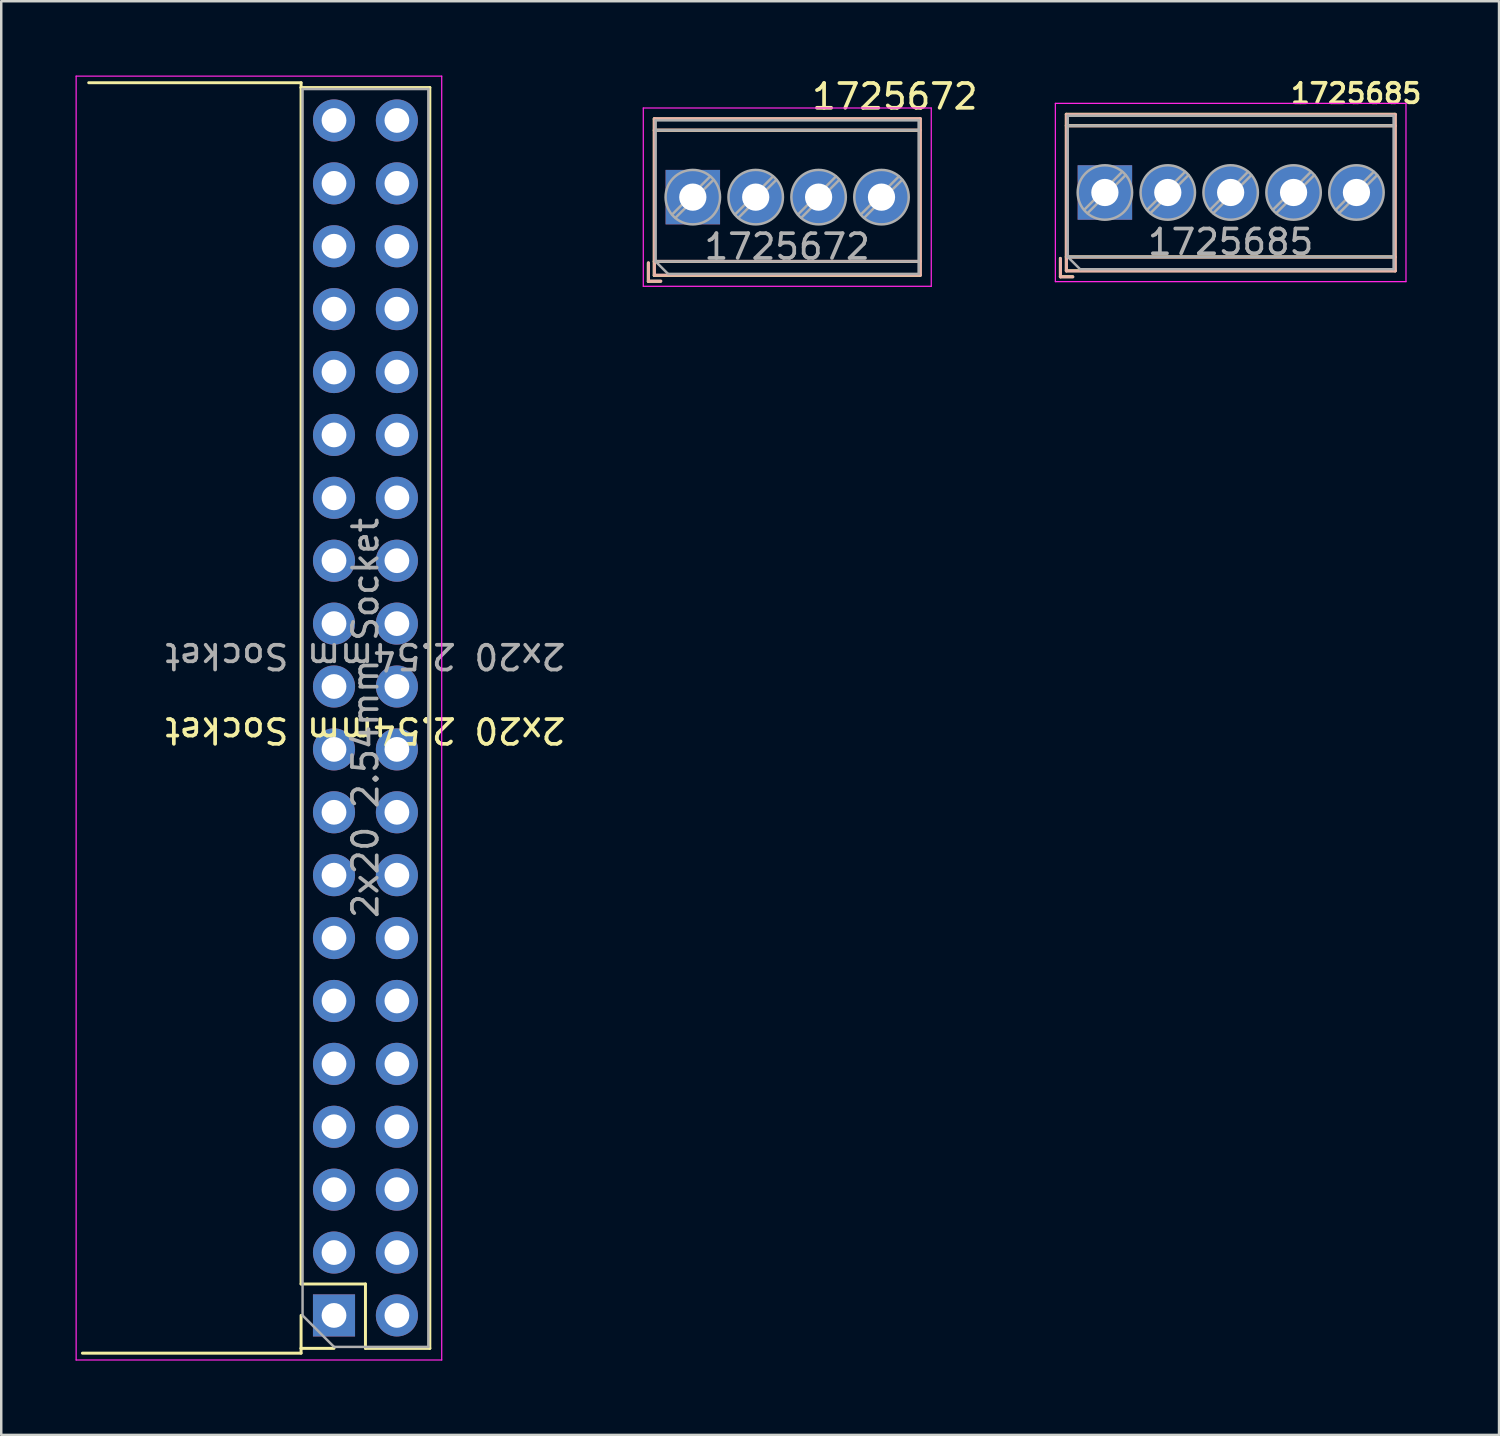
<source format=kicad_pcb>
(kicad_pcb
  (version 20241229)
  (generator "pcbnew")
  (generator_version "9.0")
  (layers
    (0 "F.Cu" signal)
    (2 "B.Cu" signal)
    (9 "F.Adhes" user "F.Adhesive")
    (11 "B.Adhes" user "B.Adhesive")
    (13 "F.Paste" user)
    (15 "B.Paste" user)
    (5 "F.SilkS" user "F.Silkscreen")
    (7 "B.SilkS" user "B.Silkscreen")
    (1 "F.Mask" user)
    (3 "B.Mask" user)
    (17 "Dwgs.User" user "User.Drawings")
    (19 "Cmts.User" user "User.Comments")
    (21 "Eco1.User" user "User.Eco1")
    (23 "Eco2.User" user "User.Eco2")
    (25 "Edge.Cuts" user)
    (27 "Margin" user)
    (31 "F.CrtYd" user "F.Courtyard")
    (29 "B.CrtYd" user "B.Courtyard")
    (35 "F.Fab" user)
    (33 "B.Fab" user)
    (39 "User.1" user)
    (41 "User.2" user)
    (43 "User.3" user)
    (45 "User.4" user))
  (footprint "2x20 2.54mm Socket"
    (layer "F.Cu")
    (at 11.709 25.945)
    (property "Reference" "2x20 2.54mm Socket" (at 0 0.5 180) (unlocked yes) (layer "F.SilkS") (effects (font (size 1 1) (thickness 0.15))))
    (fp_line (start -11.43 25.654) (end -2.6 25.654) (stroke (width 0.12) (type solid)) (layer "F.SilkS"))
    (fp_line (start -11.176 -25.654) (end -2.6 -25.654) (stroke (width 0.12) (type solid)) (layer "F.SilkS"))
    (fp_line (start -2.6 -25.654) (end -2.6 -25.46) (stroke (width 0.12) (type solid)) (layer "F.SilkS"))
    (fp_line (start -2.6 -25.46) (end 2.6 -25.46) (stroke (width 0.12) (type solid)) (layer "F.SilkS"))
    (fp_line (start -2.6 22.86) (end -2.6 -25.46) (stroke (width 0.12) (type solid)) (layer "F.SilkS"))
    (fp_line (start -2.6 22.86) (end 0 22.86) (stroke (width 0.12) (type solid)) (layer "F.SilkS"))
    (fp_line (start -2.6 24.13) (end -2.6 25.46) (stroke (width 0.12) (type solid)) (layer "F.SilkS"))
    (fp_line (start -2.6 25.46) (end -1.27 25.46) (stroke (width 0.12) (type solid)) (layer "F.SilkS"))
    (fp_line (start -2.6 25.654) (end -2.6 25.46) (stroke (width 0.12) (type solid)) (layer "F.SilkS"))
    (fp_line (start 0 22.86) (end 0 25.46) (stroke (width 0.12) (type solid)) (layer "F.SilkS"))
    (fp_line (start 0 25.46) (end 2.6 25.46) (stroke (width 0.12) (type solid)) (layer "F.SilkS"))
    (fp_line (start 2.6 25.46) (end 2.6 -25.46) (stroke (width 0.12) (type solid)) (layer "F.SilkS"))
    (fp_line (start -11.684 -25.92) (end 3.08 -25.92) (stroke (width 0.05) (type solid)) (layer "F.CrtYd"))
    (fp_line (start -11.684 25.93) (end -11.684 -25.92) (stroke (width 0.05) (type solid)) (layer "F.CrtYd"))
    (fp_line (start 3.08 -25.92) (end 3.08 25.93) (stroke (width 0.05) (type solid)) (layer "F.CrtYd"))
    (fp_line (start 3.08 25.93) (end -11.684 25.93) (stroke (width 0.05) (type solid)) (layer "F.CrtYd"))
    (fp_line (start -2.54 -25.4) (end -2.54 24.13) (stroke (width 0.1) (type solid)) (layer "F.Fab"))
    (fp_line (start -2.54 24.13) (end -1.27 25.4) (stroke (width 0.1) (type solid)) (layer "F.Fab"))
    (fp_line (start -1.27 25.4) (end 2.54 25.4) (stroke (width 0.1) (type solid)) (layer "F.Fab"))
    (fp_line (start 2.54 -25.4) (end -2.54 -25.4) (stroke (width 0.1) (type solid)) (layer "F.Fab"))
    (fp_line (start 2.54 25.4) (end 2.54 -25.4) (stroke (width 0.1) (type solid)) (layer "F.Fab"))
    (fp_text user "${REFERENCE}" (at 0 -2.5 180) (unlocked yes) (layer "F.Fab") (effects (font (size 1 1) (thickness 0.15))))
    (fp_text user "${REFERENCE}" (at 0 0 270) (layer "F.Fab") (effects (font (size 1 1) (thickness 0.15))))
    (pad "1" thru_hole rect (at -1.27 24.13 180) (size 1.7 1.7) (drill 1) (layers "*.Cu" "*.Mask"))
    (pad "2" thru_hole oval (at 1.27 24.13 180) (size 1.7 1.7) (drill 1) (layers "*.Cu" "*.Mask"))
    (pad "3" thru_hole oval (at -1.27 21.59 180) (size 1.7 1.7) (drill 1) (layers "*.Cu" "*.Mask"))
    (pad "4" thru_hole oval (at 1.27 21.59 180) (size 1.7 1.7) (drill 1) (layers "*.Cu" "*.Mask"))
    (pad "5" thru_hole oval (at -1.27 19.05 180) (size 1.7 1.7) (drill 1) (layers "*.Cu" "*.Mask"))
    (pad "6" thru_hole oval (at 1.27 19.05 180) (size 1.7 1.7) (drill 1) (layers "*.Cu" "*.Mask"))
    (pad "7" thru_hole oval (at -1.27 16.51 180) (size 1.7 1.7) (drill 1) (layers "*.Cu" "*.Mask"))
    (pad "8" thru_hole oval (at 1.27 16.51 180) (size 1.7 1.7) (drill 1) (layers "*.Cu" "*.Mask"))
    (pad "9" thru_hole oval (at -1.27 13.97 180) (size 1.7 1.7) (drill 1) (layers "*.Cu" "*.Mask"))
    (pad "10" thru_hole oval (at 1.27 13.97 180) (size 1.7 1.7) (drill 1) (layers "*.Cu" "*.Mask"))
    (pad "11" thru_hole oval (at -1.27 11.43 180) (size 1.7 1.7) (drill 1) (layers "*.Cu" "*.Mask"))
    (pad "12" thru_hole oval (at 1.27 11.43 180) (size 1.7 1.7) (drill 1) (layers "*.Cu" "*.Mask"))
    (pad "13" thru_hole oval (at -1.27 8.89 180) (size 1.7 1.7) (drill 1) (layers "*.Cu" "*.Mask"))
    (pad "14" thru_hole oval (at 1.27 8.89 180) (size 1.7 1.7) (drill 1) (layers "*.Cu" "*.Mask"))
    (pad "15" thru_hole oval (at -1.27 6.35 180) (size 1.7 1.7) (drill 1) (layers "*.Cu" "*.Mask"))
    (pad "16" thru_hole oval (at 1.27 6.35 180) (size 1.7 1.7) (drill 1) (layers "*.Cu" "*.Mask"))
    (pad "17" thru_hole oval (at -1.27 3.81 180) (size 1.7 1.7) (drill 1) (layers "*.Cu" "*.Mask"))
    (pad "18" thru_hole oval (at 1.27 3.81 180) (size 1.7 1.7) (drill 1) (layers "*.Cu" "*.Mask"))
    (pad "19" thru_hole oval (at -1.27 1.27 180) (size 1.7 1.7) (drill 1) (layers "*.Cu" "*.Mask"))
    (pad "20" thru_hole oval (at 1.27 1.27 180) (size 1.7 1.7) (drill 1) (layers "*.Cu" "*.Mask"))
    (pad "21" thru_hole oval (at -1.27 -1.27 180) (size 1.7 1.7) (drill 1) (layers "*.Cu" "*.Mask"))
    (pad "22" thru_hole oval (at 1.27 -1.27 180) (size 1.7 1.7) (drill 1) (layers "*.Cu" "*.Mask"))
    (pad "23" thru_hole oval (at -1.27 -3.81 180) (size 1.7 1.7) (drill 1) (layers "*.Cu" "*.Mask"))
    (pad "24" thru_hole oval (at 1.27 -3.81 180) (size 1.7 1.7) (drill 1) (layers "*.Cu" "*.Mask"))
    (pad "25" thru_hole oval (at -1.27 -6.35 180) (size 1.7 1.7) (drill 1) (layers "*.Cu" "*.Mask"))
    (pad "26" thru_hole oval (at 1.27 -6.35 180) (size 1.7 1.7) (drill 1) (layers "*.Cu" "*.Mask"))
    (pad "27" thru_hole oval (at -1.27 -8.89 180) (size 1.7 1.7) (drill 1) (layers "*.Cu" "*.Mask"))
    (pad "28" thru_hole oval (at 1.27 -8.89 180) (size 1.7 1.7) (drill 1) (layers "*.Cu" "*.Mask"))
    (pad "29" thru_hole oval (at -1.27 -11.43 180) (size 1.7 1.7) (drill 1) (layers "*.Cu" "*.Mask"))
    (pad "30" thru_hole oval (at 1.27 -11.43 180) (size 1.7 1.7) (drill 1) (layers "*.Cu" "*.Mask"))
    (pad "31" thru_hole oval (at -1.27 -13.97 180) (size 1.7 1.7) (drill 1) (layers "*.Cu" "*.Mask"))
    (pad "32" thru_hole oval (at 1.27 -13.97 180) (size 1.7 1.7) (drill 1) (layers "*.Cu" "*.Mask"))
    (pad "33" thru_hole oval (at -1.27 -16.51 180) (size 1.7 1.7) (drill 1) (layers "*.Cu" "*.Mask"))
    (pad "34" thru_hole oval (at 1.27 -16.51 180) (size 1.7 1.7) (drill 1) (layers "*.Cu" "*.Mask"))
    (pad "35" thru_hole oval (at -1.27 -19.05 180) (size 1.7 1.7) (drill 1) (layers "*.Cu" "*.Mask"))
    (pad "36" thru_hole oval (at 1.27 -19.05 180) (size 1.7 1.7) (drill 1) (layers "*.Cu" "*.Mask"))
    (pad "37" thru_hole oval (at -1.27 -21.59 180) (size 1.7 1.7) (drill 1) (layers "*.Cu" "*.Mask"))
    (pad "38" thru_hole oval (at 1.27 -21.59 180) (size 1.7 1.7) (drill 1) (layers "*.Cu" "*.Mask"))
    (pad "39" thru_hole oval (at -1.27 -24.13 180) (size 1.7 1.7) (drill 1) (layers "*.Cu" "*.Mask"))
    (pad "40" thru_hole oval (at 1.27 -24.13 180) (size 1.7 1.7) (drill 1) (layers "*.Cu" "*.Mask")))
  (footprint "1725672"
    (layer "F.Cu")
    (at 28.77 4.912)
    (property "Reference" "1725672" (at 4.318 -4.064 0) (layer "F.SilkS") (effects (font (size 1 1) (thickness 0.15))))
    (attr through_hole)
    (fp_line (start -5.64 2.66) (end -5.64 3.4) (stroke (width 0.12) (type solid)) (layer "F.SilkS"))
    (fp_line (start -5.64 3.4) (end -5.14 3.4) (stroke (width 0.12) (type solid)) (layer "F.SilkS"))
    (fp_line (start -5.4 -3.16) (end -5.4 3.16) (stroke (width 0.12) (type solid)) (layer "F.SilkS"))
    (fp_line (start -5.4 -3.16) (end 5.34 -3.16) (stroke (width 0.12) (type solid)) (layer "F.SilkS"))
    (fp_line (start -5.4 -2.7) (end 5.34 -2.7) (stroke (width 0.12) (type solid)) (layer "F.SilkS"))
    (fp_line (start -5.4 2.6) (end 5.34 2.6) (stroke (width 0.12) (type solid)) (layer "F.SilkS"))
    (fp_line (start -5.4 3.16) (end 5.34 3.16) (stroke (width 0.12) (type solid)) (layer "F.SilkS"))
    (fp_line (start 5.34 -3.16) (end 5.34 3.16) (stroke (width 0.12) (type solid)) (layer "F.SilkS"))
    (fp_line (start -5.63 2.65) (end -5.63 3.39) (stroke (width 0.12) (type solid)) (layer "B.SilkS"))
    (fp_line (start -5.63 3.39) (end -5.13 3.39) (stroke (width 0.12) (type solid)) (layer "B.SilkS"))
    (fp_line (start -5.39 -3.17) (end -5.39 3.15) (stroke (width 0.12) (type solid)) (layer "B.SilkS"))
    (fp_line (start -5.39 -3.17) (end 5.35 -3.17) (stroke (width 0.12) (type solid)) (layer "B.SilkS"))
    (fp_line (start -5.39 -2.71) (end 5.35 -2.71) (stroke (width 0.12) (type solid)) (layer "B.SilkS"))
    (fp_line (start -5.39 2.59) (end 5.35 2.59) (stroke (width 0.12) (type solid)) (layer "B.SilkS"))
    (fp_line (start -5.39 3.15) (end 5.35 3.15) (stroke (width 0.12) (type solid)) (layer "B.SilkS"))
    (fp_line (start 5.35 -3.17) (end 5.35 3.15) (stroke (width 0.12) (type solid)) (layer "B.SilkS"))
    (fp_line (start -5.84 -3.6) (end -5.84 3.6) (stroke (width 0.05) (type solid)) (layer "F.CrtYd"))
    (fp_line (start -5.84 3.6) (end 5.79 3.6) (stroke (width 0.05) (type solid)) (layer "F.CrtYd"))
    (fp_line (start 5.79 -3.6) (end -5.84 -3.6) (stroke (width 0.05) (type solid)) (layer "F.CrtYd"))
    (fp_line (start 5.79 3.6) (end 5.79 -3.6) (stroke (width 0.05) (type solid)) (layer "F.CrtYd"))
    (fp_line (start -5.34 -3.1) (end 5.28 -3.1) (stroke (width 0.1) (type solid)) (layer "F.Fab"))
    (fp_line (start -5.34 -2.7) (end 5.28 -2.7) (stroke (width 0.1) (type solid)) (layer "F.Fab"))
    (fp_line (start -5.34 2.6) (end -5.34 -3.1) (stroke (width 0.1) (type solid)) (layer "F.Fab"))
    (fp_line (start -5.34 2.6) (end 5.28 2.6) (stroke (width 0.1) (type solid)) (layer "F.Fab"))
    (fp_line (start -4.84 3.1) (end -5.34 2.6) (stroke (width 0.1) (type solid)) (layer "F.Fab"))
    (fp_line (start -3.139 -0.835) (end -4.675 0.7) (stroke (width 0.1) (type solid)) (layer "F.Fab"))
    (fp_line (start -3.005 -0.7) (end -4.541 0.835) (stroke (width 0.1) (type solid)) (layer "F.Fab"))
    (fp_line (start -0.599 -0.835) (end -2.134 0.7) (stroke (width 0.1) (type solid)) (layer "F.Fab"))
    (fp_line (start -0.465 -0.7) (end -2 0.835) (stroke (width 0.1) (type solid)) (layer "F.Fab"))
    (fp_line (start 1.941 -0.835) (end 0.406 0.7) (stroke (width 0.1) (type solid)) (layer "F.Fab"))
    (fp_line (start 2.075 -0.7) (end 0.54 0.835) (stroke (width 0.1) (type solid)) (layer "F.Fab"))
    (fp_line (start 4.481 -0.835) (end 2.946 0.7) (stroke (width 0.1) (type solid)) (layer "F.Fab"))
    (fp_line (start 4.615 -0.7) (end 3.08 0.835) (stroke (width 0.1) (type solid)) (layer "F.Fab"))
    (fp_line (start 5.28 -3.1) (end 5.28 3.1) (stroke (width 0.1) (type solid)) (layer "F.Fab"))
    (fp_line (start 5.28 3.1) (end -4.84 3.1) (stroke (width 0.1) (type solid)) (layer "F.Fab"))
    (fp_circle (center -3.84 0) (end -2.74 0) (stroke (width 0.1) (type solid)) (fill no) (layer "F.Fab"))
    (fp_circle (center -1.3 0) (end -0.2 0) (stroke (width 0.1) (type solid)) (fill no) (layer "F.Fab"))
    (fp_circle (center 1.24 0) (end 2.34 0) (stroke (width 0.1) (type solid)) (fill no) (layer "F.Fab"))
    (fp_circle (center 3.78 0) (end 4.88 0) (stroke (width 0.1) (type solid)) (fill no) (layer "F.Fab"))
    (fp_text user "${REFERENCE}" (at -0.03 2 0) (layer "F.Fab") (effects (font (size 1 1) (thickness 0.15))))
    (pad "1" thru_hole rect (at -3.84 0) (size 2.2 2.2) (drill 1.1) (layers "*.Cu" "*.Mask"))
    (pad "2" thru_hole circle (at -1.3 0) (size 2.2 2.2) (drill 1.1) (layers "*.Cu" "*.Mask"))
    (pad "3" thru_hole circle (at 1.24 0) (size 2.2 2.2) (drill 1.1) (layers "*.Cu" "*.Mask"))
    (pad "4" thru_hole circle (at 3.78 0) (size 2.2 2.2) (drill 1.1) (layers "*.Cu" "*.Mask")))
  (footprint "1725685"
    (layer "F.Cu")
    (at 46.719 4.724)
    (property "Reference" "1725685" (at 5 -4 0) (layer "F.SilkS") (effects (font (size 0.787 0.787) (thickness 0.15))))
    (attr through_hole)
    (fp_line (start -6.947 2.66) (end -6.947 3.4) (stroke (width 0.12) (type solid)) (layer "F.SilkS"))
    (fp_line (start -6.947 3.4) (end -6.447 3.4) (stroke (width 0.12) (type solid)) (layer "F.SilkS"))
    (fp_line (start -6.707 -3.16) (end -6.707 3.16) (stroke (width 0.12) (type solid)) (layer "F.SilkS"))
    (fp_line (start -6.707 -3.16) (end 6.572 -3.16) (stroke (width 0.12) (type solid)) (layer "F.SilkS"))
    (fp_line (start -6.707 -2.7) (end 6.572 -2.7) (stroke (width 0.12) (type solid)) (layer "F.SilkS"))
    (fp_line (start -6.707 2.6) (end 6.572 2.6) (stroke (width 0.12) (type solid)) (layer "F.SilkS"))
    (fp_line (start -6.707 3.16) (end 6.572 3.16) (stroke (width 0.12) (type solid)) (layer "F.SilkS"))
    (fp_line (start 6.572 -3.16) (end 6.572 3.16) (stroke (width 0.12) (type solid)) (layer "F.SilkS"))
    (fp_line (start -6.94 2.67) (end -6.94 3.41) (stroke (width 0.12) (type solid)) (layer "B.SilkS"))
    (fp_line (start -6.94 3.41) (end -6.44 3.41) (stroke (width 0.12) (type solid)) (layer "B.SilkS"))
    (fp_line (start -6.7 -3.15) (end -6.7 3.17) (stroke (width 0.12) (type solid)) (layer "B.SilkS"))
    (fp_line (start -6.7 -3.15) (end 6.58 -3.15) (stroke (width 0.12) (type solid)) (layer "B.SilkS"))
    (fp_line (start -6.7 -2.69) (end 6.58 -2.69) (stroke (width 0.12) (type solid)) (layer "B.SilkS"))
    (fp_line (start -6.7 2.61) (end 6.58 2.61) (stroke (width 0.12) (type solid)) (layer "B.SilkS"))
    (fp_line (start -6.7 3.17) (end 6.58 3.17) (stroke (width 0.12) (type solid)) (layer "B.SilkS"))
    (fp_line (start 6.58 -3.15) (end 6.58 3.17) (stroke (width 0.12) (type solid)) (layer "B.SilkS"))
    (fp_line (start -7.147 -3.6) (end -7.147 3.6) (stroke (width 0.05) (type solid)) (layer "F.CrtYd"))
    (fp_line (start -7.147 3.6) (end 7.013 3.6) (stroke (width 0.05) (type solid)) (layer "F.CrtYd"))
    (fp_line (start 7.013 -3.6) (end -7.147 -3.6) (stroke (width 0.05) (type solid)) (layer "F.CrtYd"))
    (fp_line (start 7.013 3.6) (end 7.013 -3.6) (stroke (width 0.05) (type solid)) (layer "F.CrtYd"))
    (fp_line (start -6.647 -3.1) (end 6.513 -3.1) (stroke (width 0.1) (type solid)) (layer "F.Fab"))
    (fp_line (start -6.647 -2.7) (end 6.513 -2.7) (stroke (width 0.1) (type solid)) (layer "F.Fab"))
    (fp_line (start -6.647 2.6) (end -6.647 -3.1) (stroke (width 0.1) (type solid)) (layer "F.Fab"))
    (fp_line (start -6.647 2.6) (end 6.513 2.6) (stroke (width 0.1) (type solid)) (layer "F.Fab"))
    (fp_line (start -6.147 3.1) (end -6.647 2.6) (stroke (width 0.1) (type solid)) (layer "F.Fab"))
    (fp_line (start -4.447 -0.835) (end -5.982 0.7) (stroke (width 0.1) (type solid)) (layer "F.Fab"))
    (fp_line (start -4.312 -0.7) (end -5.848 0.835) (stroke (width 0.1) (type solid)) (layer "F.Fab"))
    (fp_line (start -1.907 -0.835) (end -3.442 0.7) (stroke (width 0.1) (type solid)) (layer "F.Fab"))
    (fp_line (start -1.772 -0.7) (end -3.308 0.835) (stroke (width 0.1) (type solid)) (layer "F.Fab"))
    (fp_line (start 0.633 -0.835) (end -0.901 0.7) (stroke (width 0.1) (type solid)) (layer "F.Fab"))
    (fp_line (start 0.767 -0.7) (end -0.767 0.835) (stroke (width 0.1) (type solid)) (layer "F.Fab"))
    (fp_line (start 3.174 -0.835) (end 1.639 0.7) (stroke (width 0.1) (type solid)) (layer "F.Fab"))
    (fp_line (start 3.308 -0.7) (end 1.772 0.835) (stroke (width 0.1) (type solid)) (layer "F.Fab"))
    (fp_line (start 5.713 -0.835) (end 4.178 0.7) (stroke (width 0.1) (type solid)) (layer "F.Fab"))
    (fp_line (start 5.848 -0.7) (end 4.312 0.835) (stroke (width 0.1) (type solid)) (layer "F.Fab"))
    (fp_line (start 6.513 -3.1) (end 6.513 3.1) (stroke (width 0.1) (type solid)) (layer "F.Fab"))
    (fp_line (start 6.513 3.1) (end -6.147 3.1) (stroke (width 0.1) (type solid)) (layer "F.Fab"))
    (fp_circle (center -5.147 0) (end -4.048 0) (stroke (width 0.1) (type solid)) (fill no) (layer "F.Fab"))
    (fp_circle (center -2.607 0) (end -1.508 0) (stroke (width 0.1) (type solid)) (fill no) (layer "F.Fab"))
    (fp_circle (center -0.068 0) (end 1.032 0) (stroke (width 0.1) (type solid)) (fill no) (layer "F.Fab"))
    (fp_circle (center 2.473 0) (end 3.572 0) (stroke (width 0.1) (type solid)) (fill no) (layer "F.Fab"))
    (fp_circle (center 5.013 0) (end 6.112 0) (stroke (width 0.1) (type solid)) (fill no) (layer "F.Fab"))
    (fp_text user "${REFERENCE}" (at -0.068 2 0) (layer "F.Fab") (effects (font (size 1 1) (thickness 0.15))))
    (pad "1" thru_hole rect (at -5.147 0) (size 2.2 2.2) (drill 1.1) (layers "*.Cu" "*.Mask"))
    (pad "2" thru_hole circle (at -2.607 0) (size 2.2 2.2) (drill 1.1) (layers "*.Cu" "*.Mask"))
    (pad "3" thru_hole circle (at -0.068 0) (size 2.2 2.2) (drill 1.1) (layers "*.Cu" "*.Mask"))
    (pad "4" thru_hole circle (at 2.473 0) (size 2.2 2.2) (drill 1.1) (layers "*.Cu" "*.Mask"))
    (pad "5" thru_hole circle (at 5.013 0) (size 2.2 2.2) (drill 1.1) (layers "*.Cu" "*.Mask")))
  (gr_rect
    (start -3 -3)
    (end 57.49 54.9)
    (stroke (width 0.1) (type default))
    (fill no)
    (layer "Edge.Cuts")))
</source>
